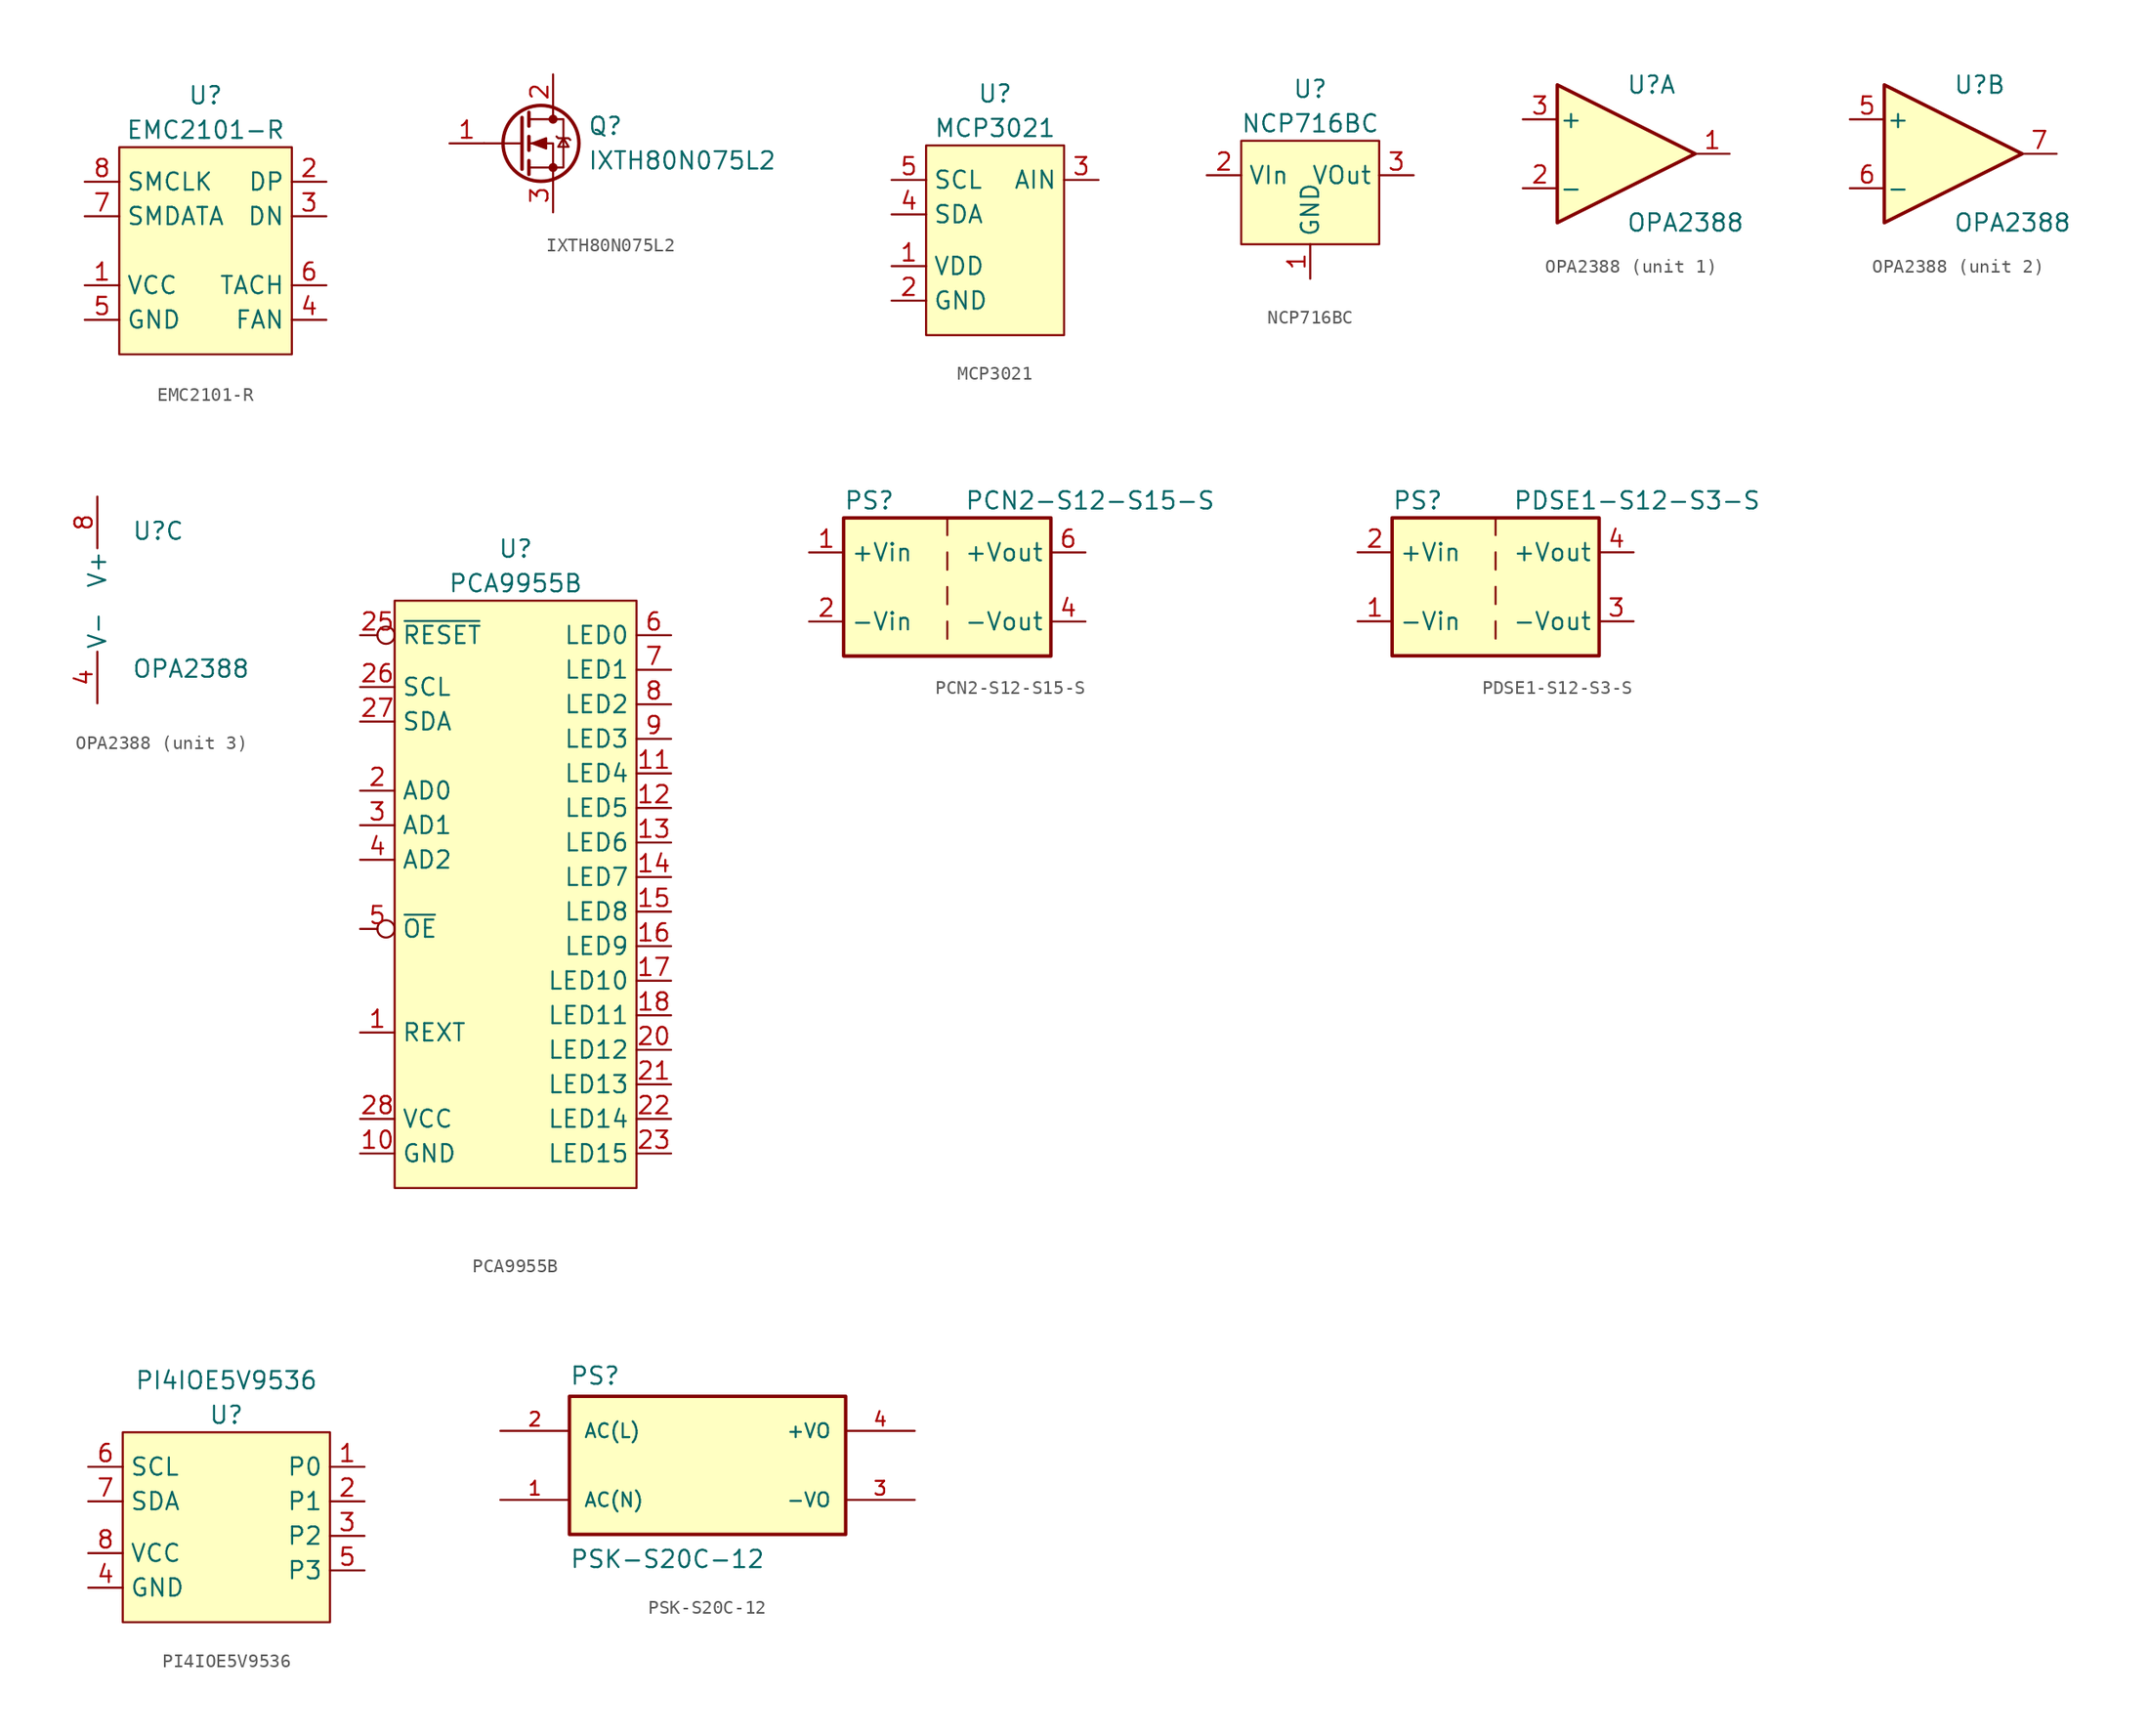
<source format=kicad_sym>
(kicad_symbol_lib
  (version 20211014)
  (generator kicad_symbol_editor)
  (symbol "EMC2101-R"
    (property "Reference" "U"
      (at 0 3.81 0)
      (effects (font (size 1.27 1.27))))
    (property "Value" "EMC2101-R"
      (at 0 1.27 0)
      (effects (font (size 1.27 1.27))))
    (symbol "EMC2101-R_0_1"
      (rectangle (start -6.35 0) (end 6.35 -15.24) (stroke (width 0) (type default) (color 0 0 0 0)) (fill (type background))))
    (symbol "EMC2101-R_1_1"
      (pin power_in line (at -8.89 -10.16 0) (length 2.54) (name "VCC" (effects (font (size 1.27 1.27)))) (number "1" (effects (font (size 1.27 1.27)))))
      (pin output line (at 8.89 -2.54 180) (length 2.54) (name "DP" (effects (font (size 1.27 1.27)))) (number "2" (effects (font (size 1.27 1.27)))))
      (pin input line (at 8.89 -5.08 180) (length 2.54) (name "DN" (effects (font (size 1.27 1.27)))) (number "3" (effects (font (size 1.27 1.27)))))
      (pin output line (at 8.89 -12.7 180) (length 2.54) (name "FAN" (effects (font (size 1.27 1.27)))) (number "4" (effects (font (size 1.27 1.27)))))
      (pin power_in line (at -8.89 -12.7 0) (length 2.54) (name "GND" (effects (font (size 1.27 1.27)))) (number "5" (effects (font (size 1.27 1.27)))))
      (pin input line (at 8.89 -10.16 180) (length 2.54) (name "TACH" (effects (font (size 1.27 1.27)))) (number "6" (effects (font (size 1.27 1.27)))))
      (pin bidirectional line (at -8.89 -5.08 0) (length 2.54) (name "SMDATA" (effects (font (size 1.27 1.27)))) (number "7" (effects (font (size 1.27 1.27)))))
      (pin bidirectional line (at -8.89 -2.54 0) (length 2.54) (name "SMCLK" (effects (font (size 1.27 1.27)))) (number "8" (effects (font (size 1.27 1.27)))))))
  (symbol "IXTH80N075L2"
    (pin_names
      (offset 0) hide)
    (property "Reference" "Q"
      (at 5.08 1.27 0)
      (effects (font (size 1.27 1.27)) (justify left)))
    (property "Value" "IXTH80N075L2"
      (at 5.08 -1.27 0)
      (effects (font (size 1.27 1.27)) (justify left)))
    (symbol "IXTH80N075L2_0_1"
      (polyline (pts (xy 0.254 0) (xy -2.54 0)) (stroke (width 0) (type default) (color 0 0 0 0)) (fill (type none)))
      (polyline (pts (xy 0.254 1.905) (xy 0.254 -1.905)) (stroke (width 0.254) (type default) (color 0 0 0 0)) (fill (type none)))
      (polyline (pts (xy 0.762 -1.27) (xy 0.762 -2.286)) (stroke (width 0.254) (type default) (color 0 0 0 0)) (fill (type none)))
      (polyline (pts (xy 0.762 0.508) (xy 0.762 -0.508)) (stroke (width 0.254) (type default) (color 0 0 0 0)) (fill (type none)))
      (polyline (pts (xy 0.762 2.286) (xy 0.762 1.27)) (stroke (width 0.254) (type default) (color 0 0 0 0)) (fill (type none)))
      (polyline (pts (xy 2.54 2.54) (xy 2.54 1.778)) (stroke (width 0) (type default) (color 0 0 0 0)) (fill (type none)))
      (polyline (pts (xy 2.54 -2.54) (xy 2.54 0) (xy 0.762 0)) (stroke (width 0) (type default) (color 0 0 0 0)) (fill (type none)))
      (polyline (pts (xy 0.762 -1.778) (xy 3.302 -1.778) (xy 3.302 1.778) (xy 0.762 1.778)) (stroke (width 0) (type default) (color 0 0 0 0)) (fill (type none)))
      (polyline (pts (xy 1.016 0) (xy 2.032 0.381) (xy 2.032 -0.381) (xy 1.016 0)) (stroke (width 0) (type default) (color 0 0 0 0)) (fill (type outline)))
      (polyline (pts (xy 2.794 0.508) (xy 2.921 0.381) (xy 3.683 0.381) (xy 3.81 0.254)) (stroke (width 0) (type default) (color 0 0 0 0)) (fill (type none)))
      (polyline (pts (xy 3.302 0.381) (xy 2.921 -0.254) (xy 3.683 -0.254) (xy 3.302 0.381)) (stroke (width 0) (type default) (color 0 0 0 0)) (fill (type none)))
      (circle (center 1.651 0) (radius 2.794) (stroke (width 0.254) (type default) (color 0 0 0 0)) (fill (type none)))
      (circle (center 2.54 -1.778) (radius 0.254) (stroke (width 0) (type default) (color 0 0 0 0)) (fill (type outline)))
      (circle (center 2.54 1.778) (radius 0.254) (stroke (width 0) (type default) (color 0 0 0 0)) (fill (type outline))))
    (symbol "IXTH80N075L2_1_1"
      (pin input line (at -5.08 0 0) (length 2.54) (name "G" (effects (font (size 1.27 1.27)))) (number "1" (effects (font (size 1.27 1.27)))))
      (pin passive line (at 2.54 5.08 270) (length 2.54) (name "D" (effects (font (size 1.27 1.27)))) (number "2" (effects (font (size 1.27 1.27)))))
      (pin passive line (at 2.54 -5.08 90) (length 2.54) (name "S" (effects (font (size 1.27 1.27)))) (number "3" (effects (font (size 1.27 1.27)))))))
  (symbol "MCP3021"
    (property "Reference" "U"
      (at 0 3.81 0)
      (effects (font (size 1.27 1.27))))
    (property "Value" "MCP3021"
      (at 0 1.27 0)
      (effects (font (size 1.27 1.27))))
    (symbol "MCP3021_0_1"
      (rectangle (start -5.08 0) (end 5.08 -13.97) (stroke (width 0) (type default) (color 0 0 0 0)) (fill (type background))))
    (symbol "MCP3021_1_1"
      (pin power_in line (at -7.62 -8.89 0) (length 2.54) (name "VDD" (effects (font (size 1.27 1.27)))) (number "1" (effects (font (size 1.27 1.27)))))
      (pin power_in line (at -7.62 -11.43 0) (length 2.54) (name "GND" (effects (font (size 1.27 1.27)))) (number "2" (effects (font (size 1.27 1.27)))))
      (pin input line (at 7.62 -2.54 180) (length 2.54) (name "AIN" (effects (font (size 1.27 1.27)))) (number "3" (effects (font (size 1.27 1.27)))))
      (pin input line (at -7.62 -5.08 0) (length 2.54) (name "SDA" (effects (font (size 1.27 1.27)))) (number "4" (effects (font (size 1.27 1.27)))))
      (pin input line (at -7.62 -2.54 0) (length 2.54) (name "SCL" (effects (font (size 1.27 1.27)))) (number "5" (effects (font (size 1.27 1.27)))))))
  (symbol "NCP716BC"
    (property "Reference" "U"
      (at 0 3.81 0)
      (effects (font (size 1.27 1.27))))
    (property "Value" "NCP716BC"
      (at 0 1.27 0)
      (effects (font (size 1.27 1.27))))
    (symbol "NCP716BC_0_1"
      (rectangle (start -5.08 0) (end 5.08 -7.62) (stroke (width 0) (type default) (color 0 0 0 0)) (fill (type background))))
    (symbol "NCP716BC_1_1"
      (pin power_in line (at 0 -10.16 90) (length 2.54) (name "GND" (effects (font (size 1.27 1.27)))) (number "1" (effects (font (size 1.27 1.27)))))
      (pin power_in line (at -7.62 -2.54 0) (length 2.54) (name "VIn" (effects (font (size 1.27 1.27)))) (number "2" (effects (font (size 1.27 1.27)))))
      (pin power_out line (at 7.62 -2.54 180) (length 2.54) (name "VOut" (effects (font (size 1.27 1.27)))) (number "3" (effects (font (size 1.27 1.27)))))
      (pin no_connect line (at 7.62 -5.08 180) (length 2.54) hide (name "NC" (effects (font (size 1.27 1.27)))) (number "4" (effects (font (size 1.27 1.27)))))
      (pin no_connect line (at 7.62 -5.08 180) (length 2.54) hide (name "NC" (effects (font (size 1.27 1.27)))) (number "5" (effects (font (size 1.27 1.27)))))))
  (symbol "OPA2388"
    (pin_names
      (offset 0.127))
    (property "Reference" "U"
      (at 0 5.08 0)
      (effects (font (size 1.27 1.27)) (justify left)))
    (property "Value" "OPA2388"
      (at 0 -5.08 0)
      (effects (font (size 1.27 1.27)) (justify left)))
    (property "ki_locked" ""
      (at 0 0 0)
      (effects (font (size 1.27 1.27))))
    (symbol "OPA2388_1_1"
      (polyline (pts (xy -5.08 5.08) (xy 5.08 0) (xy -5.08 -5.08) (xy -5.08 5.08)) (stroke (width 0.254) (type default) (color 0 0 0 0)) (fill (type background)))
      (pin output line (at 7.62 0 180) (length 2.54) (name "~" (effects (font (size 1.27 1.27)))) (number "1" (effects (font (size 1.27 1.27)))))
      (pin input line (at -7.62 -2.54 0) (length 2.54) (name "-" (effects (font (size 1.27 1.27)))) (number "2" (effects (font (size 1.27 1.27)))))
      (pin input line (at -7.62 2.54 0) (length 2.54) (name "+" (effects (font (size 1.27 1.27)))) (number "3" (effects (font (size 1.27 1.27))))))
    (symbol "OPA2388_2_1"
      (polyline (pts (xy -5.08 5.08) (xy 5.08 0) (xy -5.08 -5.08) (xy -5.08 5.08)) (stroke (width 0.254) (type default) (color 0 0 0 0)) (fill (type background)))
      (pin input line (at -7.62 2.54 0) (length 2.54) (name "+" (effects (font (size 1.27 1.27)))) (number "5" (effects (font (size 1.27 1.27)))))
      (pin input line (at -7.62 -2.54 0) (length 2.54) (name "-" (effects (font (size 1.27 1.27)))) (number "6" (effects (font (size 1.27 1.27)))))
      (pin output line (at 7.62 0 180) (length 2.54) (name "~" (effects (font (size 1.27 1.27)))) (number "7" (effects (font (size 1.27 1.27))))))
    (symbol "OPA2388_3_1"
      (pin power_in line (at -2.54 -7.62 90) (length 3.81) (name "V-" (effects (font (size 1.27 1.27)))) (number "4" (effects (font (size 1.27 1.27)))))
      (pin power_in line (at -2.54 7.62 270) (length 3.81) (name "V+" (effects (font (size 1.27 1.27)))) (number "8" (effects (font (size 1.27 1.27)))))))
  (symbol "PCA9955B"
    (property "Reference" "U"
      (at 0 3.81 0)
      (effects (font (size 1.27 1.27))))
    (property "Value" "PCA9955B"
      (at 0 1.27 0)
      (effects (font (size 1.27 1.27))))
    (symbol "PCA9955B_0_1"
      (rectangle (start -8.89 0) (end 8.89 -43.18) (stroke (width 0) (type default) (color 0 0 0 0)) (fill (type background))))
    (symbol "PCA9955B_1_1"
      (pin passive line (at -11.43 -31.75 0) (length 2.54) (name "REXT" (effects (font (size 1.27 1.27)))) (number "1" (effects (font (size 1.27 1.27)))))
      (pin power_in line (at -11.43 -40.64 0) (length 2.54) (name "GND" (effects (font (size 1.27 1.27)))) (number "10" (effects (font (size 1.27 1.27)))))
      (pin output line (at 11.43 -12.7 180) (length 2.54) (name "LED4" (effects (font (size 1.27 1.27)))) (number "11" (effects (font (size 1.27 1.27)))))
      (pin output line (at 11.43 -15.24 180) (length 2.54) (name "LED5" (effects (font (size 1.27 1.27)))) (number "12" (effects (font (size 1.27 1.27)))))
      (pin output line (at 11.43 -17.78 180) (length 2.54) (name "LED6" (effects (font (size 1.27 1.27)))) (number "13" (effects (font (size 1.27 1.27)))))
      (pin output line (at 11.43 -20.32 180) (length 2.54) (name "LED7" (effects (font (size 1.27 1.27)))) (number "14" (effects (font (size 1.27 1.27)))))
      (pin output line (at 11.43 -22.86 180) (length 2.54) (name "LED8" (effects (font (size 1.27 1.27)))) (number "15" (effects (font (size 1.27 1.27)))))
      (pin output line (at 11.43 -25.4 180) (length 2.54) (name "LED9" (effects (font (size 1.27 1.27)))) (number "16" (effects (font (size 1.27 1.27)))))
      (pin output line (at 11.43 -27.94 180) (length 2.54) (name "LED10" (effects (font (size 1.27 1.27)))) (number "17" (effects (font (size 1.27 1.27)))))
      (pin output line (at 11.43 -30.48 180) (length 2.54) (name "LED11" (effects (font (size 1.27 1.27)))) (number "18" (effects (font (size 1.27 1.27)))))
      (pin power_in line (at -11.43 -40.64 0) (length 2.54) hide (name "GND" (effects (font (size 1.27 1.27)))) (number "19" (effects (font (size 1.27 1.27)))))
      (pin input line (at -11.43 -13.97 0) (length 2.54) (name "AD0" (effects (font (size 1.27 1.27)))) (number "2" (effects (font (size 1.27 1.27)))))
      (pin output line (at 11.43 -33.02 180) (length 2.54) (name "LED12" (effects (font (size 1.27 1.27)))) (number "20" (effects (font (size 1.27 1.27)))))
      (pin output line (at 11.43 -35.56 180) (length 2.54) (name "LED13" (effects (font (size 1.27 1.27)))) (number "21" (effects (font (size 1.27 1.27)))))
      (pin output line (at 11.43 -38.1 180) (length 2.54) (name "LED14" (effects (font (size 1.27 1.27)))) (number "22" (effects (font (size 1.27 1.27)))))
      (pin output line (at 11.43 -40.64 180) (length 2.54) (name "LED15" (effects (font (size 1.27 1.27)))) (number "23" (effects (font (size 1.27 1.27)))))
      (pin power_in line (at -11.43 -40.64 0) (length 2.54) hide (name "GND" (effects (font (size 1.27 1.27)))) (number "24" (effects (font (size 1.27 1.27)))))
      (pin input inverted (at -11.43 -2.54 0) (length 2.54) (name "~{RESET}" (effects (font (size 1.27 1.27)))) (number "25" (effects (font (size 1.27 1.27)))))
      (pin bidirectional line (at -11.43 -6.35 0) (length 2.54) (name "SCL" (effects (font (size 1.27 1.27)))) (number "26" (effects (font (size 1.27 1.27)))))
      (pin bidirectional line (at -11.43 -8.89 0) (length 2.54) (name "SDA" (effects (font (size 1.27 1.27)))) (number "27" (effects (font (size 1.27 1.27)))))
      (pin power_in line (at -11.43 -38.1 0) (length 2.54) (name "VCC" (effects (font (size 1.27 1.27)))) (number "28" (effects (font (size 1.27 1.27)))))
      (pin power_in line (at -11.43 -40.64 0) (length 2.54) hide (name "GND" (effects (font (size 1.27 1.27)))) (number "29" (effects (font (size 1.27 1.27)))))
      (pin input line (at -11.43 -16.51 0) (length 2.54) (name "AD1" (effects (font (size 1.27 1.27)))) (number "3" (effects (font (size 1.27 1.27)))))
      (pin input line (at -11.43 -19.05 0) (length 2.54) (name "AD2" (effects (font (size 1.27 1.27)))) (number "4" (effects (font (size 1.27 1.27)))))
      (pin input inverted (at -11.43 -24.13 0) (length 2.54) (name "~{OE}" (effects (font (size 1.27 1.27)))) (number "5" (effects (font (size 1.27 1.27)))))
      (pin output line (at 11.43 -2.54 180) (length 2.54) (name "LED0" (effects (font (size 1.27 1.27)))) (number "6" (effects (font (size 1.27 1.27)))))
      (pin output line (at 11.43 -5.08 180) (length 2.54) (name "LED1" (effects (font (size 1.27 1.27)))) (number "7" (effects (font (size 1.27 1.27)))))
      (pin output line (at 11.43 -7.62 180) (length 2.54) (name "LED2" (effects (font (size 1.27 1.27)))) (number "8" (effects (font (size 1.27 1.27)))))
      (pin output line (at 11.43 -10.16 180) (length 2.54) (name "LED3" (effects (font (size 1.27 1.27)))) (number "9" (effects (font (size 1.27 1.27)))))))
  (symbol "PCN2-S12-S15-S"
    (property "Reference" "PS"
      (at -7.62 6.35 0)
      (effects (font (size 1.27 1.27)) (justify left)))
    (property "Value" "PCN2-S12-S15-S"
      (at 1.27 6.35 0)
      (effects (font (size 1.27 1.27)) (justify left)))
    (symbol "PCN2-S12-S15-S_0_0"
      (pin power_in line (at -10.16 2.54 0) (length 2.54) (name "+Vin" (effects (font (size 1.27 1.27)))) (number "1" (effects (font (size 1.27 1.27)))))
      (pin power_in line (at -10.16 -2.54 0) (length 2.54) (name "-Vin" (effects (font (size 1.27 1.27)))) (number "2" (effects (font (size 1.27 1.27)))))
      (pin power_out line (at 10.16 -2.54 180) (length 2.54) (name "-Vout" (effects (font (size 1.27 1.27)))) (number "4" (effects (font (size 1.27 1.27)))))
      (pin power_out line (at 10.16 2.54 180) (length 2.54) (name "+Vout" (effects (font (size 1.27 1.27)))) (number "6" (effects (font (size 1.27 1.27))))))
    (symbol "PCN2-S12-S15-S_0_1"
      (rectangle (start -7.62 5.08) (end 7.62 -5.08) (stroke (width 0.254) (type default) (color 0 0 0 0)) (fill (type background)))
      (polyline (pts (xy 0 -2.54) (xy 0 -3.81)) (stroke (width 0) (type default) (color 0 0 0 0)) (fill (type none)))
      (polyline (pts (xy 0 0) (xy 0 -1.27)) (stroke (width 0) (type default) (color 0 0 0 0)) (fill (type none)))
      (polyline (pts (xy 0 2.54) (xy 0 1.27)) (stroke (width 0) (type default) (color 0 0 0 0)) (fill (type none)))
      (polyline (pts (xy 0 5.08) (xy 0 3.81)) (stroke (width 0) (type default) (color 0 0 0 0)) (fill (type none)))))
  (symbol "PDSE1-S12-S3-S"
    (property "Reference" "PS"
      (at -7.62 6.35 0)
      (effects (font (size 1.27 1.27)) (justify left)))
    (property "Value" "PDSE1-S12-S3-S"
      (at 1.27 6.35 0)
      (effects (font (size 1.27 1.27)) (justify left)))
    (symbol "PDSE1-S12-S3-S_0_0"
      (pin power_in line (at -10.16 -2.54 0) (length 2.54) (name "-Vin" (effects (font (size 1.27 1.27)))) (number "1" (effects (font (size 1.27 1.27)))))
      (pin power_in line (at -10.16 2.54 0) (length 2.54) (name "+Vin" (effects (font (size 1.27 1.27)))) (number "2" (effects (font (size 1.27 1.27)))))
      (pin power_out line (at 10.16 -2.54 180) (length 2.54) (name "-Vout" (effects (font (size 1.27 1.27)))) (number "3" (effects (font (size 1.27 1.27)))))
      (pin power_out line (at 10.16 2.54 180) (length 2.54) (name "+Vout" (effects (font (size 1.27 1.27)))) (number "4" (effects (font (size 1.27 1.27))))))
    (symbol "PDSE1-S12-S3-S_0_1"
      (rectangle (start -7.62 5.08) (end 7.62 -5.08) (stroke (width 0.254) (type default) (color 0 0 0 0)) (fill (type background)))
      (polyline (pts (xy 0 -2.54) (xy 0 -3.81)) (stroke (width 0) (type default) (color 0 0 0 0)) (fill (type none)))
      (polyline (pts (xy 0 0) (xy 0 -1.27)) (stroke (width 0) (type default) (color 0 0 0 0)) (fill (type none)))
      (polyline (pts (xy 0 2.54) (xy 0 1.27)) (stroke (width 0) (type default) (color 0 0 0 0)) (fill (type none)))
      (polyline (pts (xy 0 5.08) (xy 0 3.81)) (stroke (width 0) (type default) (color 0 0 0 0)) (fill (type none)))))
  (symbol "PI4IOE5V9536"
    (property "Reference" "U"
      (at 0 1.27 0)
      (effects (font (size 1.27 1.27))))
    (property "Value" "PI4IOE5V9536"
      (at 0 3.81 0)
      (effects (font (size 1.27 1.27))))
    (symbol "PI4IOE5V9536_0_1"
      (rectangle (start -7.62 0) (end 7.62 -13.97) (stroke (width 0) (type default) (color 0 0 0 0)) (fill (type background))))
    (symbol "PI4IOE5V9536_1_1"
      (pin bidirectional line (at 10.16 -2.54 180) (length 2.54) (name "P0" (effects (font (size 1.27 1.27)))) (number "1" (effects (font (size 1.27 1.27)))))
      (pin bidirectional line (at 10.16 -5.08 180) (length 2.54) (name "P1" (effects (font (size 1.27 1.27)))) (number "2" (effects (font (size 1.27 1.27)))))
      (pin bidirectional line (at 10.16 -7.62 180) (length 2.54) (name "P2" (effects (font (size 1.27 1.27)))) (number "3" (effects (font (size 1.27 1.27)))))
      (pin power_in line (at -10.16 -11.43 0) (length 2.54) (name "GND" (effects (font (size 1.27 1.27)))) (number "4" (effects (font (size 1.27 1.27)))))
      (pin bidirectional line (at 10.16 -10.16 180) (length 2.54) (name "P3" (effects (font (size 1.27 1.27)))) (number "5" (effects (font (size 1.27 1.27)))))
      (pin bidirectional line (at -10.16 -2.54 0) (length 2.54) (name "SCL" (effects (font (size 1.27 1.27)))) (number "6" (effects (font (size 1.27 1.27)))))
      (pin bidirectional line (at -10.16 -5.08 0) (length 2.54) (name "SDA" (effects (font (size 1.27 1.27)))) (number "7" (effects (font (size 1.27 1.27)))))
      (pin power_in line (at -10.16 -8.89 0) (length 2.54) (name "VCC" (effects (font (size 1.27 1.27)))) (number "8" (effects (font (size 1.27 1.27)))))))
  (symbol "PSK-S20C-12"
    (pin_names
      (offset 1.016))
    (property "Reference" "PS"
      (at -10.16 5.842 0)
      (effects (font (size 1.27 1.27)) (justify left bottom)))
    (property "Value" "PSK-S20C-12"
      (at -10.16 -7.645 0)
      (effects (font (size 1.27 1.27)) (justify left bottom)))
    (symbol "PSK-S20C-12_0_0"
      (rectangle (start -10.16 -5.08) (end 10.16 5.08) (stroke (width 0.254) (type default) (color 0 0 0 0)) (fill (type background)))
      (pin input line (at -15.24 -2.54 0) (length 5.08) (name "AC(N)" (effects (font (size 1.016 1.016)))) (number "1" (effects (font (size 1.016 1.016)))))
      (pin input line (at -15.24 2.54 0) (length 5.08) (name "AC(L)" (effects (font (size 1.016 1.016)))) (number "2" (effects (font (size 1.016 1.016)))))
      (pin output line (at 15.24 -2.54 180) (length 5.08) (name "-VO" (effects (font (size 1.016 1.016)))) (number "3" (effects (font (size 1.016 1.016)))))
      (pin output line (at 15.24 2.54 180) (length 5.08) (name "+VO" (effects (font (size 1.016 1.016)))) (number "4" (effects (font (size 1.016 1.016))))))))
</source>
